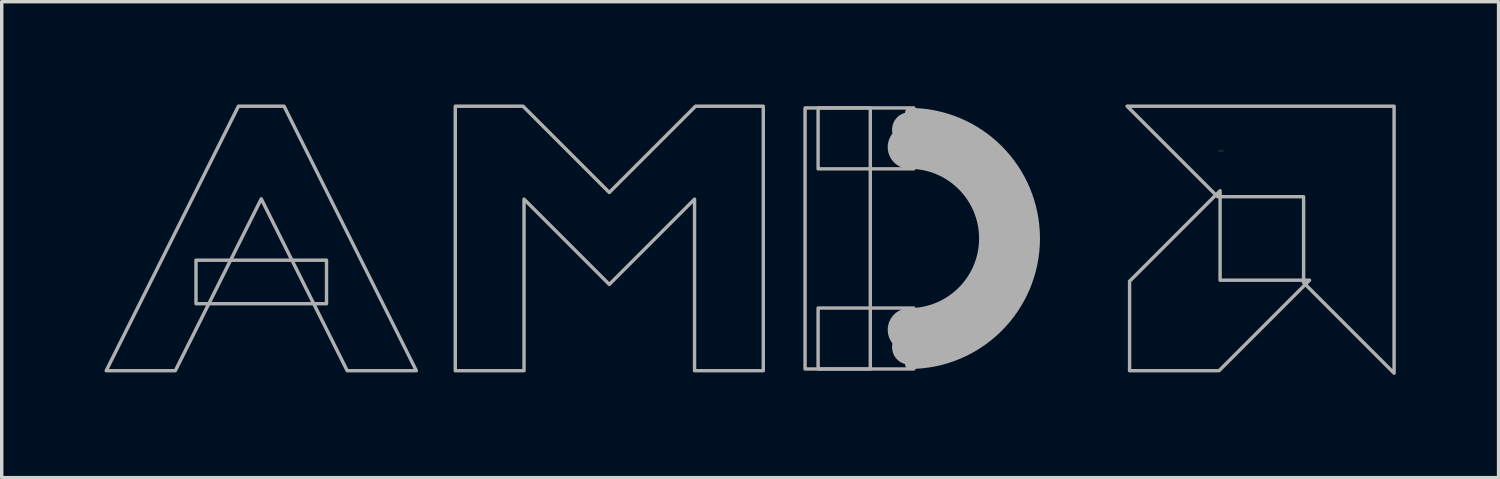
<source format=kicad_pcb>
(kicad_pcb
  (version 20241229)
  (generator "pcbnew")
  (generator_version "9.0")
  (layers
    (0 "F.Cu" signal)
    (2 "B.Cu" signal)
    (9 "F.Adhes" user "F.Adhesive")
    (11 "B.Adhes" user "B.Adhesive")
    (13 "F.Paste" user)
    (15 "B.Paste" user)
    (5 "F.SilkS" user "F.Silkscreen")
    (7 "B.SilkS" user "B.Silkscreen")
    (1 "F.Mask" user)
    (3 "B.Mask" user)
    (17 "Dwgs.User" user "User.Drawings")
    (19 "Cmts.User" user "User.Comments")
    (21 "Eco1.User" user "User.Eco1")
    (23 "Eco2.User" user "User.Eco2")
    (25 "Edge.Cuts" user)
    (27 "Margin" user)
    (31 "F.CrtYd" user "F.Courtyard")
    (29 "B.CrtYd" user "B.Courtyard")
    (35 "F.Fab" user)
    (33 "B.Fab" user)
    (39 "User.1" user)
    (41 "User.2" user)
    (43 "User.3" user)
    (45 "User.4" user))
  (footprint "footprint"
    (layer "F.Cu")
    (at 33.787 3.911)
    (property "Reference" "footprint" (at -1.27 -2.54 0) (layer "F.SilkS") (effects (font (size 0.023 0.023) (thickness 0.002)) (justify left bottom)))
    (fp_arc (start -10.287 -3.683) (mid -6.604 0) (end -10.287 3.683) (stroke (width 0.254) (type solid)) (layer "F.Fab"))
    (fp_arc (start -10.287 -3.175) (mid -7.112 0) (end -10.287 3.175) (stroke (width 1.016) (type solid)) (layer "F.Fab"))
    (fp_arc (start -10.287 -2.667) (mid -7.62 0) (end -10.287 2.667) (stroke (width 1.27) (type solid)) (layer "F.Fab"))
    (fp_poly (pts (xy -31.115 1.905) (xy -27.305 1.905) (xy -27.305 0.635) (xy -31.115 0.635)) (stroke (width 0.1) (type solid)) (fill no) (layer "F.Fab"))
    (fp_poly (pts (xy -13.335 3.81) (xy -11.43 3.81) (xy -11.43 -3.81) (xy -13.335 -3.81)) (stroke (width 0.1) (type solid)) (fill no) (layer "F.Fab"))
    (fp_poly (pts (xy -12.954 -2.032) (xy -10.16 -2.032) (xy -10.16 -3.81) (xy -12.954 -3.81)) (stroke (width 0.1) (type solid)) (fill no) (layer "F.Fab"))
    (fp_poly (pts (xy -12.954 3.81) (xy -10.16 3.81) (xy -10.16 2.032) (xy -12.954 2.032)) (stroke (width 0.1) (type solid)) (fill no) (layer "F.Fab"))
    (fp_poly (pts (xy -1.219 1.219) (xy 1.393 1.219) (xy -1.249 3.861) (xy -3.861 3.861) (xy -3.861 1.249) (xy -1.219 -1.393)) (stroke (width 0.1) (type solid)) (fill no) (layer "F.Fab"))
    (fp_poly (pts (xy 3.861 3.933) (xy 1.219 1.291) (xy 1.219 -1.219) (xy -1.291 -1.219) (xy -3.933 -3.861) (xy 3.861 -3.861)) (stroke (width 0.1) (type solid)) (fill no) (layer "F.Fab"))
    (fp_poly (pts (xy -24.683 3.861) (xy -26.701 3.861) (xy -29.21 -1.156) (xy -31.719 3.861) (xy -33.737 3.861) (xy -29.876 -3.861) (xy -28.544 -3.861)) (stroke (width 0.1) (type solid)) (fill no) (layer "F.Fab"))
    (fp_poly (pts (xy -19.05 -1.342) (xy -16.531 -3.861) (xy -14.554 -3.861) (xy -14.554 3.861) (xy -16.561 3.861) (xy -16.561 -1.147) (xy -19.05 1.342) (xy -21.539 -1.147) (xy -21.539 3.861) (xy -23.546 3.861) (xy -23.546 -3.861) (xy -21.569 -3.861)) (stroke (width 0.1) (type solid)) (fill no) (layer "F.Fab")))
  (gr_rect
    (start -3 -3)
    (end 40.698 10.893)
    (stroke (width 0.1) (type default))
    (fill no)
    (layer "Edge.Cuts")))
</source>
